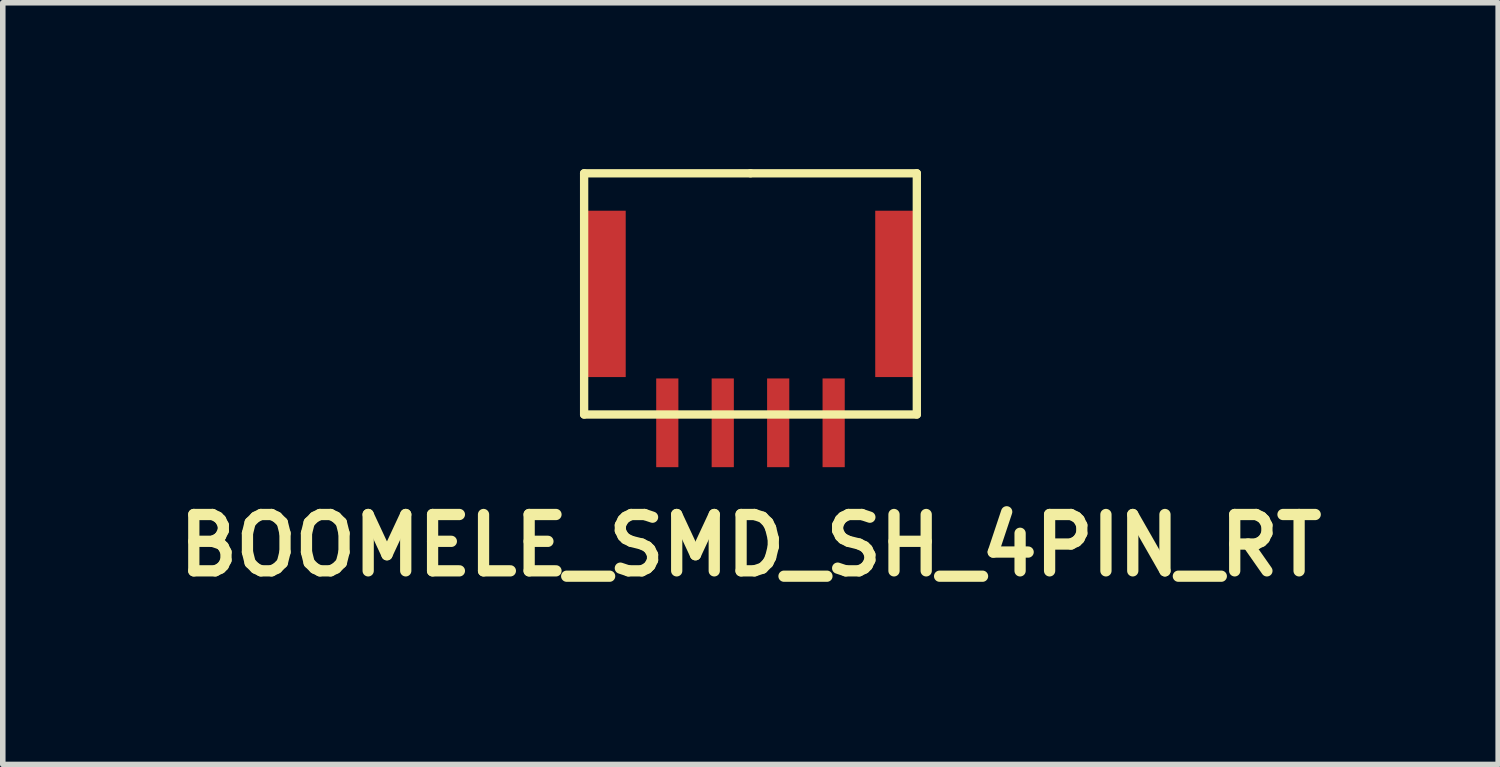
<source format=kicad_pcb>
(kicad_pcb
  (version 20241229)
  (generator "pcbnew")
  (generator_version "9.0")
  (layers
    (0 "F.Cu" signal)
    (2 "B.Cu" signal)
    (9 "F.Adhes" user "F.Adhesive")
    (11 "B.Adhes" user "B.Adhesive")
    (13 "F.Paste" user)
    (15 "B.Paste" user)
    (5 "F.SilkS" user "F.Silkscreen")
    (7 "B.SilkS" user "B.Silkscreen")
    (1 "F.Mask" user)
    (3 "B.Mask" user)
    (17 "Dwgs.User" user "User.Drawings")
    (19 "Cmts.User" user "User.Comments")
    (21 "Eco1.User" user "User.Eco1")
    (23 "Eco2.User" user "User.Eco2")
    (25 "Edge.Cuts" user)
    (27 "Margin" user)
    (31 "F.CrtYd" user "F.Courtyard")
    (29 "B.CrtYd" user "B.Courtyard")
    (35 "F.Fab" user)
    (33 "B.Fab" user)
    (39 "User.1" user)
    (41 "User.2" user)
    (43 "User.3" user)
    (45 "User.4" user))
  (footprint "BOOMELE_SMD_SH_4PIN_RT"
    (layer "F.Cu")
    (at 10.484 2.73)
    (property "Reference" "BOOMELE_SMD_SH_4PIN_RT" (at 0 4.055 0) (layer "F.SilkS") (effects (font (size 1.016 1.016) (thickness 0.203))))
    (attr smd)
    (fp_line (start -3 1.695) (end -3 -2.655) (stroke (width 0.15) (type solid)) (layer "F.SilkS"))
    (fp_line (start 0 -2.655) (end -3 -2.655) (stroke (width 0.15) (type solid)) (layer "F.SilkS"))
    (fp_line (start 3 -2.655) (end 0 -2.655) (stroke (width 0.15) (type solid)) (layer "F.SilkS"))
    (fp_line (start 3 -2.655) (end 3 1.695) (stroke (width 0.15) (type solid)) (layer "F.SilkS"))
    (fp_line (start 3 1.695) (end -3 1.695) (stroke (width 0.15) (type solid)) (layer "F.SilkS"))
    (pad "" smd rect (at -2.65 -0.48 180) (size 0.8 3) (layers "F.Cu" "F.Mask" "F.Paste"))
    (pad "" smd rect (at 2.65 -0.48 180) (size 0.8 3) (layers "F.Cu" "F.Mask" "F.Paste"))
    (pad "1" smd rect (at 1.5 1.845 180) (size 0.4 1.6) (layers "F.Cu" "F.Mask" "F.Paste"))
    (pad "2" smd rect (at 0.5 1.845 180) (size 0.4 1.6) (layers "F.Cu" "F.Mask" "F.Paste"))
    (pad "3" smd rect (at -0.5 1.845 180) (size 0.4 1.6) (layers "F.Cu" "F.Mask" "F.Paste"))
    (pad "4" smd rect (at -1.5 1.845 180) (size 0.4 1.6) (layers "F.Cu" "F.Mask" "F.Paste")))
  (gr_rect
    (start -3 -3)
    (end 23.968 10.736)
    (stroke (width 0.1) (type default))
    (fill no)
    (layer "Edge.Cuts")))
</source>
